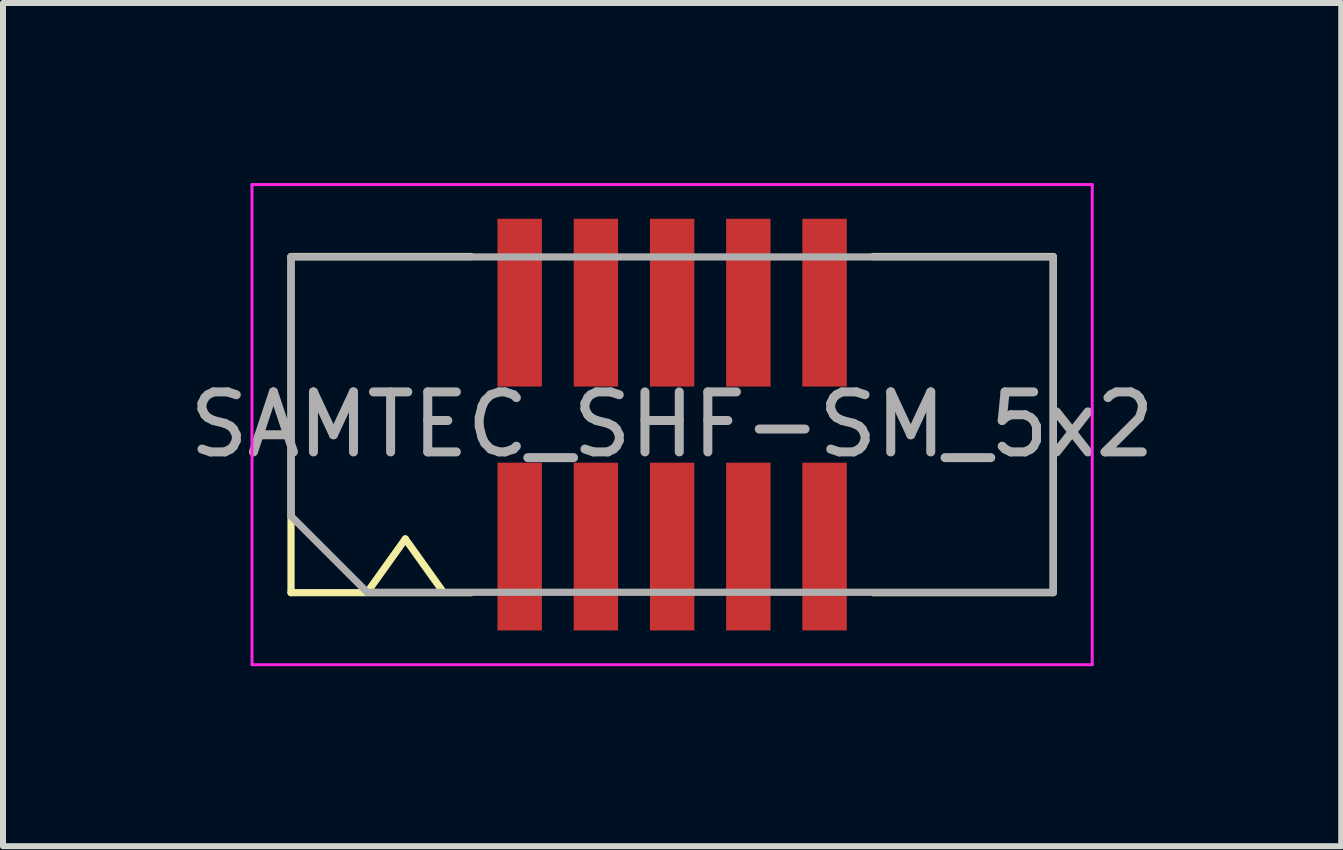
<source format=kicad_pcb>
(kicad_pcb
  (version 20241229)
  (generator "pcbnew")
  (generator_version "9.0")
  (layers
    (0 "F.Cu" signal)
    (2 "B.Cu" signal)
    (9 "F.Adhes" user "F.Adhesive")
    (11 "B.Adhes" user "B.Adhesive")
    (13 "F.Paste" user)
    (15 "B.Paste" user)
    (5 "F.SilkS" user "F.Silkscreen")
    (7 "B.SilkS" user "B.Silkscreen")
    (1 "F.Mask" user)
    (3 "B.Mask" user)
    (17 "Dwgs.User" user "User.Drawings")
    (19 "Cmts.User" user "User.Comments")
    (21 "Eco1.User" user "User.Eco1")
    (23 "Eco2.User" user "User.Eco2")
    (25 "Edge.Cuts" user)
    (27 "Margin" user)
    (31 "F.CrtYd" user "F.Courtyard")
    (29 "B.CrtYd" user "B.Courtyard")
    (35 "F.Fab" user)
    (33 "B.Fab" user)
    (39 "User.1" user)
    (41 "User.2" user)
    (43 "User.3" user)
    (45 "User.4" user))
  (footprint "SAMTEC_SHF-SM_5x2"
    (layer "F.Cu")
    (at 8.149 4.025)
    (property "Reference" "SAMTEC_SHF-SM_5x2" (at 0 0 0) (layer "F.SilkS") (effects (font (size 1 1) (thickness 0.12))))
    (attr smd)
    (fp_line (start -6.35 -2.8) (end -6.35 2.8) (stroke (width 0.12) (type solid)) (layer "F.SilkS"))
    (fp_line (start -6.35 -2.8) (end -3.35 -2.8) (stroke (width 0.12) (type solid)) (layer "F.SilkS"))
    (fp_line (start -6.35 2.8) (end -3.35 2.8) (stroke (width 0.12) (type solid)) (layer "F.SilkS"))
    (fp_line (start -5.08 2.794) (end -4.445 1.905) (stroke (width 0.12) (type solid)) (layer "F.SilkS"))
    (fp_line (start -4.445 1.905) (end -3.81 2.794) (stroke (width 0.12) (type solid)) (layer "F.SilkS"))
    (fp_line (start 6.35 -2.8) (end 3.35 -2.8) (stroke (width 0.12) (type solid)) (layer "F.SilkS"))
    (fp_line (start 6.35 2.8) (end 3.35 2.8) (stroke (width 0.12) (type solid)) (layer "F.SilkS"))
    (fp_line (start 6.35 2.8) (end 6.35 -2.8) (stroke (width 0.12) (type solid)) (layer "F.SilkS"))
    (fp_line (start -7 -4) (end 7 -4) (stroke (width 0.05) (type solid)) (layer "F.CrtYd"))
    (fp_line (start -7 4) (end -7 -4) (stroke (width 0.05) (type solid)) (layer "F.CrtYd"))
    (fp_line (start 7 -4) (end 7 4) (stroke (width 0.05) (type solid)) (layer "F.CrtYd"))
    (fp_line (start 7 4) (end -7 4) (stroke (width 0.05) (type solid)) (layer "F.CrtYd"))
    (fp_line (start -6.35 -2.794) (end 6.35 -2.794) (stroke (width 0.12) (type solid)) (layer "F.Fab"))
    (fp_line (start -6.35 1.524) (end -6.35 -2.794) (stroke (width 0.12) (type solid)) (layer "F.Fab"))
    (fp_line (start -5.08 2.794) (end -6.35 1.524) (stroke (width 0.12) (type solid)) (layer "F.Fab"))
    (fp_line (start 6.35 -2.794) (end 6.35 2.794) (stroke (width 0.12) (type solid)) (layer "F.Fab"))
    (fp_line (start 6.35 2.794) (end -5.08 2.794) (stroke (width 0.12) (type solid)) (layer "F.Fab"))
    (fp_text user "${REFERENCE}" (at 0 0 0) (layer "F.Fab") (effects (font (size 1 1) (thickness 0.15))))
    (pad "1" smd rect (at -2.54 2.032) (size 0.74 2.795) (layers "F.Cu" "F.Mask" "F.Paste"))
    (pad "2" smd rect (at -2.54 -2.032) (size 0.74 2.795) (layers "F.Cu" "F.Mask" "F.Paste"))
    (pad "3" smd rect (at -1.27 2.032) (size 0.74 2.795) (layers "F.Cu" "F.Mask" "F.Paste"))
    (pad "4" smd rect (at -1.27 -2.032) (size 0.74 2.795) (layers "F.Cu" "F.Mask" "F.Paste"))
    (pad "5" smd rect (at 0 2.032) (size 0.74 2.795) (layers "F.Cu" "F.Mask" "F.Paste"))
    (pad "6" smd rect (at 0 -2.032) (size 0.74 2.795) (layers "F.Cu" "F.Mask" "F.Paste"))
    (pad "7" smd rect (at 1.27 2.032) (size 0.74 2.795) (layers "F.Cu" "F.Mask" "F.Paste"))
    (pad "8" smd rect (at 1.27 -2.032) (size 0.74 2.795) (layers "F.Cu" "F.Mask" "F.Paste"))
    (pad "9" smd rect (at 2.54 2.032) (size 0.74 2.795) (layers "F.Cu" "F.Mask" "F.Paste"))
    (pad "10" smd rect (at 2.54 -2.032) (size 0.74 2.795) (layers "F.Cu" "F.Mask" "F.Paste")))
  (gr_rect
    (start -3 -3)
    (end 19.298 11.05)
    (stroke (width 0.1) (type default))
    (fill no)
    (layer "Edge.Cuts")))
</source>
